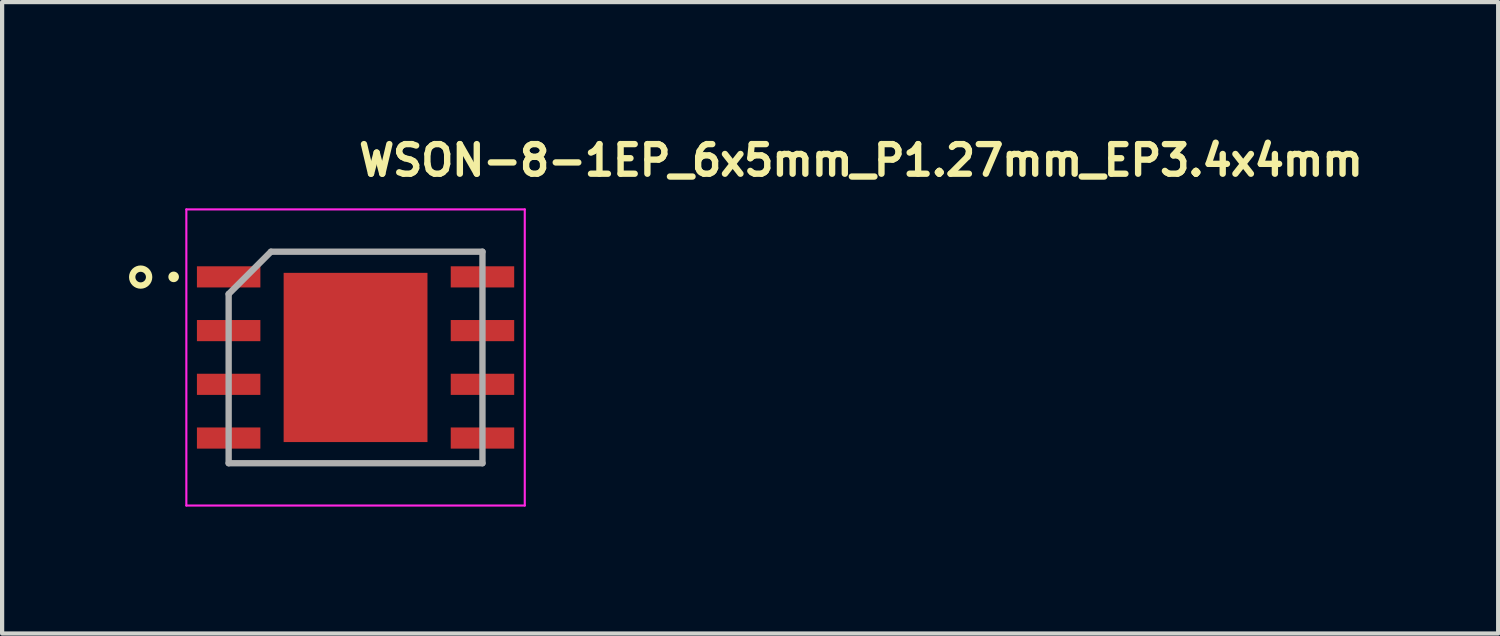
<source format=kicad_pcb>
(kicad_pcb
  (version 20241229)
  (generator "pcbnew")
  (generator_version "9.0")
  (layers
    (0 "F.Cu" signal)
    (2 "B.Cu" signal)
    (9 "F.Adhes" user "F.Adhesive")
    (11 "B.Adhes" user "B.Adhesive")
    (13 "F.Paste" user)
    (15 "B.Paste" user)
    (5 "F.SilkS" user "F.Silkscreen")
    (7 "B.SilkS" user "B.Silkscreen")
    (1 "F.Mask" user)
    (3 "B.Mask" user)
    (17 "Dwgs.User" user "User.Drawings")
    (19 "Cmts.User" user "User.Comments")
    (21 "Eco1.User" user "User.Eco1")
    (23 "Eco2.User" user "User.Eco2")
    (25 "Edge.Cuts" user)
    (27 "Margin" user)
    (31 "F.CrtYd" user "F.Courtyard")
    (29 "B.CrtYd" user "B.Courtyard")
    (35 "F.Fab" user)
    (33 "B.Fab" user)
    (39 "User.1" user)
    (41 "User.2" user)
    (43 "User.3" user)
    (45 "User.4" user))
  (footprint "WSON-8-1EP_6x5mm_P1.27mm_EP3.4x4mm"
    (layer "F.Cu")
    (at 5.355 5.4)
    (property "Reference" "WSON-8-1EP_6x5mm_P1.27mm_EP3.4x4mm" (at 0 -4.25 0) (layer "F.SilkS") (effects (font (size 0.7 0.7) (thickness 0.15)) (justify left bottom)))
    (attr smd)
    (fp_circle (center -5.08 -1.9) (end -4.88 -1.9) (stroke (width 0.15) (type solid)) (fill no) (layer "F.SilkS"))
    (fp_circle (center -4.3 -1.905) (end -4.25 -1.905) (stroke (width 0.15) (type solid)) (fill yes) (layer "F.SilkS"))
    (fp_line (start -4 -3.5) (end 4 -3.5) (stroke (width 0.05) (type solid)) (layer "F.CrtYd"))
    (fp_line (start -4 3.5) (end -4 -3.5) (stroke (width 0.05) (type solid)) (layer "F.CrtYd"))
    (fp_line (start 4 -3.5) (end 4 3.5) (stroke (width 0.05) (type solid)) (layer "F.CrtYd"))
    (fp_line (start 4 3.5) (end -4 3.5) (stroke (width 0.05) (type solid)) (layer "F.CrtYd"))
    (fp_line (start -3 -1.5) (end -3 2.5) (stroke (width 0.15) (type solid)) (layer "F.Fab"))
    (fp_line (start -3 2.5) (end 3 2.5) (stroke (width 0.15) (type solid)) (layer "F.Fab"))
    (fp_line (start -2 -2.5) (end -3 -1.5) (stroke (width 0.15) (type solid)) (layer "F.Fab"))
    (fp_line (start 3 -2.5) (end -2 -2.5) (stroke (width 0.15) (type solid)) (layer "F.Fab"))
    (fp_line (start 3 2.5) (end 3 -2.5) (stroke (width 0.15) (type solid)) (layer "F.Fab"))
    (pad "1" smd rect (at -3 -1.905 90) (size 0.5 1.5) (layers "F.Cu" "F.Mask" "F.Paste"))
    (pad "2" smd rect (at -3 -0.635 90) (size 0.5 1.5) (layers "F.Cu" "F.Mask" "F.Paste"))
    (pad "3" smd rect (at -3 0.635 90) (size 0.5 1.5) (layers "F.Cu" "F.Mask" "F.Paste"))
    (pad "4" smd rect (at -3 1.905 90) (size 0.5 1.5) (layers "F.Cu" "F.Mask" "F.Paste"))
    (pad "5" smd rect (at 3 1.905 90) (size 0.5 1.5) (layers "F.Cu" "F.Mask" "F.Paste"))
    (pad "6" smd rect (at 3 0.635 90) (size 0.5 1.5) (layers "F.Cu" "F.Mask" "F.Paste"))
    (pad "7" smd rect (at 3 -0.635 90) (size 0.5 1.5) (layers "F.Cu" "F.Mask" "F.Paste"))
    (pad "8" smd rect (at 3 -1.905 90) (size 0.5 1.5) (layers "F.Cu" "F.Mask" "F.Paste"))
    (pad "9" smd rect (at 0 0) (size 3.4 4) (layers "F.Cu" "F.Mask" "F.Paste")))
  (gr_rect
    (start -3 -3)
    (end 32.365 11.925)
    (stroke (width 0.1) (type default))
    (fill no)
    (layer "Edge.Cuts")))
</source>
